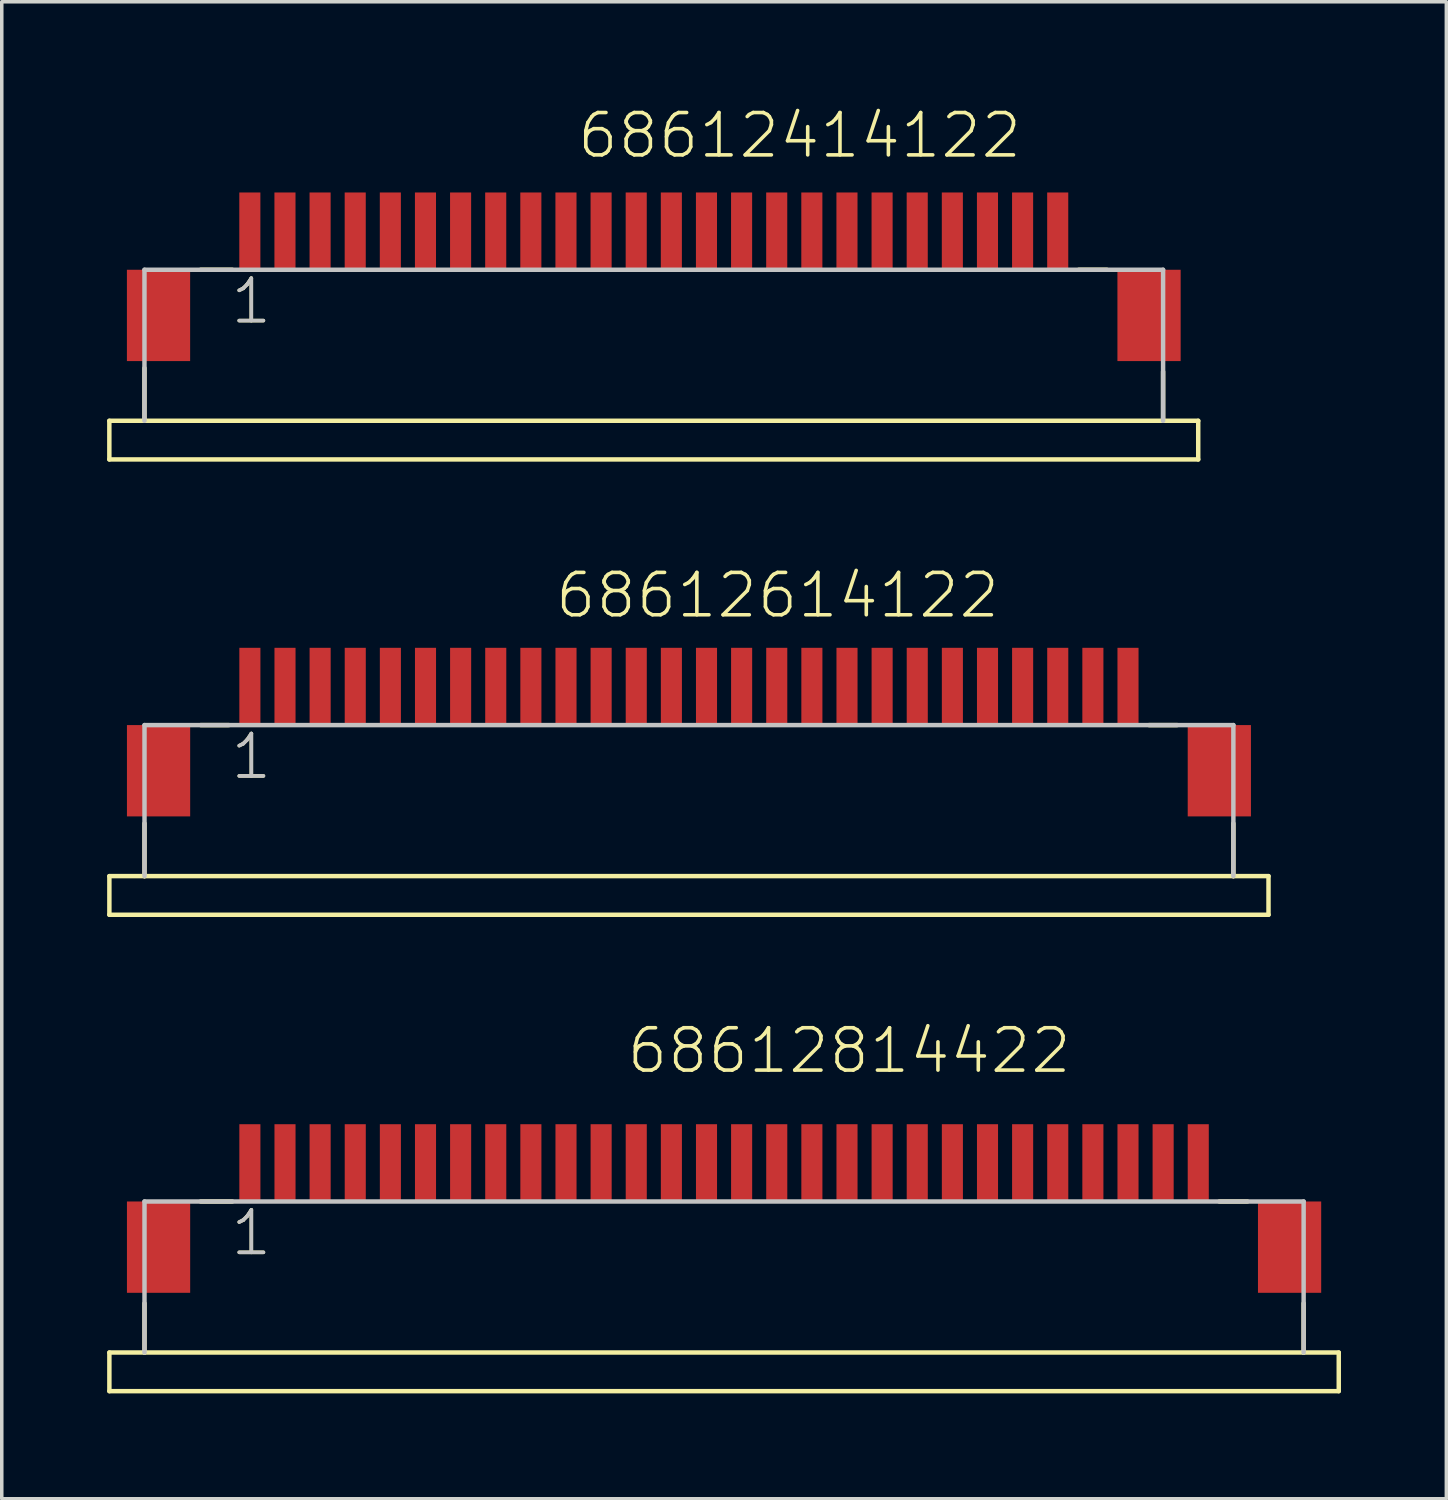
<source format=kicad_pcb>
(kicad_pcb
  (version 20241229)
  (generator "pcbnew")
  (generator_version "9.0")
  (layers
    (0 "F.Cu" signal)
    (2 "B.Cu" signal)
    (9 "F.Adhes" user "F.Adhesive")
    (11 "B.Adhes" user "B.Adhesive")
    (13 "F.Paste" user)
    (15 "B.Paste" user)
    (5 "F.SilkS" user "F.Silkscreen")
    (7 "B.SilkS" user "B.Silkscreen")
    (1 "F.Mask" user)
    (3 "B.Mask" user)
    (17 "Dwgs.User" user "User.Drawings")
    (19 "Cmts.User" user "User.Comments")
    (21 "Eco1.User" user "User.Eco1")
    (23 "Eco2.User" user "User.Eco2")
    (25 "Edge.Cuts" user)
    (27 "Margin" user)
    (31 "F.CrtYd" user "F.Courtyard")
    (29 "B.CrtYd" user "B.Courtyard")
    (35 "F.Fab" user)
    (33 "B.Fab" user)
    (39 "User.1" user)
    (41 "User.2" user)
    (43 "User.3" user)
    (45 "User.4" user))
  (footprint "68612614122"
    (layer "F.Cu")
    (at 16.564 18.893)
    (property "Reference" "68612614122" (at -3.862 -4.288 0) (layer "F.SilkS") (effects (font (size 1.206 1.206) (thickness 0.102)) (justify left bottom)))
    (attr through_hole)
    (fp_line (start -16.5 3) (end -15.5 3) (stroke (width 0.127) (type solid)) (layer "F.SilkS"))
    (fp_line (start -16.5 4.1) (end -16.5 3) (stroke (width 0.127) (type solid)) (layer "F.SilkS"))
    (fp_line (start -15.5 1.5) (end -15.5 3) (stroke (width 0.127) (type solid)) (layer "F.SilkS"))
    (fp_line (start -15.5 3) (end 15.5 3) (stroke (width 0.127) (type solid)) (layer "F.SilkS"))
    (fp_line (start -13.9 -1.3) (end -13.1 -1.3) (stroke (width 0.127) (type solid)) (layer "F.SilkS"))
    (fp_line (start 13.1 -1.3) (end 13.9 -1.3) (stroke (width 0.127) (type solid)) (layer "F.SilkS"))
    (fp_line (start 15.5 1.5) (end 15.5 3) (stroke (width 0.127) (type solid)) (layer "F.SilkS"))
    (fp_line (start 15.5 3) (end 16.5 3) (stroke (width 0.127) (type solid)) (layer "F.SilkS"))
    (fp_line (start 16.5 3) (end 16.5 4.1) (stroke (width 0.127) (type solid)) (layer "F.SilkS"))
    (fp_line (start 16.5 4.1) (end -16.5 4.1) (stroke (width 0.127) (type solid)) (layer "F.SilkS"))
    (fp_line (start -15.5 -1.3) (end 15.5 -1.3) (stroke (width 0.127) (type solid)) (layer "Dwgs.User"))
    (fp_line (start -15.5 3) (end -15.5 -1.3) (stroke (width 0.127) (type solid)) (layer "Dwgs.User"))
    (fp_line (start 15.5 -1.3) (end 15.5 3) (stroke (width 0.127) (type solid)) (layer "Dwgs.User"))
    (fp_text user "1" (at -13.1 0.3 0) (layer "F.SilkS") (effects (font (size 1.206 1.206) (thickness 0.102)) (justify left bottom)))
    (fp_text user "1" (at -13.1 0.3 0) (layer "Dwgs.User") (effects (font (size 1.206 1.206) (thickness 0.102)) (justify left bottom)))
    (pad "1" smd rect (at -12.5 -2.4) (size 0.6 2.2) (layers "F.Cu" "F.Mask" "F.Paste"))
    (pad "2" smd rect (at -11.5 -2.4) (size 0.6 2.2) (layers "F.Cu" "F.Mask" "F.Paste"))
    (pad "3" smd rect (at -10.5 -2.4) (size 0.6 2.2) (layers "F.Cu" "F.Mask" "F.Paste"))
    (pad "4" smd rect (at -9.5 -2.4) (size 0.6 2.2) (layers "F.Cu" "F.Mask" "F.Paste"))
    (pad "5" smd rect (at -8.5 -2.4) (size 0.6 2.2) (layers "F.Cu" "F.Mask" "F.Paste"))
    (pad "6" smd rect (at -7.5 -2.4) (size 0.6 2.2) (layers "F.Cu" "F.Mask" "F.Paste"))
    (pad "7" smd rect (at -6.5 -2.4) (size 0.6 2.2) (layers "F.Cu" "F.Mask" "F.Paste"))
    (pad "8" smd rect (at -5.5 -2.4) (size 0.6 2.2) (layers "F.Cu" "F.Mask" "F.Paste"))
    (pad "9" smd rect (at -4.5 -2.4) (size 0.6 2.2) (layers "F.Cu" "F.Mask" "F.Paste"))
    (pad "10" smd rect (at -3.5 -2.4) (size 0.6 2.2) (layers "F.Cu" "F.Mask" "F.Paste"))
    (pad "11" smd rect (at -2.5 -2.4) (size 0.6 2.2) (layers "F.Cu" "F.Mask" "F.Paste"))
    (pad "12" smd rect (at -1.5 -2.4) (size 0.6 2.2) (layers "F.Cu" "F.Mask" "F.Paste"))
    (pad "13" smd rect (at -0.5 -2.4) (size 0.6 2.2) (layers "F.Cu" "F.Mask" "F.Paste"))
    (pad "14" smd rect (at 0.5 -2.4) (size 0.6 2.2) (layers "F.Cu" "F.Mask" "F.Paste"))
    (pad "15" smd rect (at 1.5 -2.4) (size 0.6 2.2) (layers "F.Cu" "F.Mask" "F.Paste"))
    (pad "16" smd rect (at 2.5 -2.4) (size 0.6 2.2) (layers "F.Cu" "F.Mask" "F.Paste"))
    (pad "17" smd rect (at 3.5 -2.4) (size 0.6 2.2) (layers "F.Cu" "F.Mask" "F.Paste"))
    (pad "18" smd rect (at 4.5 -2.4) (size 0.6 2.2) (layers "F.Cu" "F.Mask" "F.Paste"))
    (pad "19" smd rect (at 5.5 -2.4) (size 0.6 2.2) (layers "F.Cu" "F.Mask" "F.Paste"))
    (pad "20" smd rect (at 6.5 -2.4) (size 0.6 2.2) (layers "F.Cu" "F.Mask" "F.Paste"))
    (pad "21" smd rect (at 7.5 -2.4) (size 0.6 2.2) (layers "F.Cu" "F.Mask" "F.Paste"))
    (pad "22" smd rect (at 8.5 -2.4) (size 0.6 2.2) (layers "F.Cu" "F.Mask" "F.Paste"))
    (pad "23" smd rect (at 9.5 -2.4) (size 0.6 2.2) (layers "F.Cu" "F.Mask" "F.Paste"))
    (pad "24" smd rect (at 10.5 -2.4) (size 0.6 2.2) (layers "F.Cu" "F.Mask" "F.Paste"))
    (pad "25" smd rect (at 11.5 -2.4) (size 0.6 2.2) (layers "F.Cu" "F.Mask" "F.Paste"))
    (pad "26" smd rect (at 12.5 -2.4) (size 0.6 2.2) (layers "F.Cu" "F.Mask" "F.Paste"))
    (pad "Z1" smd rect (at -15.1 0) (size 1.8 2.6) (layers "F.Cu" "F.Mask" "F.Paste"))
    (pad "Z2" smd rect (at 15.1 0) (size 1.8 2.6) (layers "F.Cu" "F.Mask" "F.Paste")))
  (footprint "68612814422"
    (layer "F.Cu")
    (at 17.564 32.456)
    (property "Reference" "68612814422" (at -2.822 -4.888 0) (layer "F.SilkS") (effects (font (size 1.206 1.206) (thickness 0.102)) (justify left bottom)))
    (attr through_hole)
    (fp_line (start -17.5 3) (end -16.5 3) (stroke (width 0.127) (type solid)) (layer "F.SilkS"))
    (fp_line (start -17.5 4.1) (end -17.5 3) (stroke (width 0.127) (type solid)) (layer "F.SilkS"))
    (fp_line (start -16.5 1.6) (end -16.5 3) (stroke (width 0.127) (type solid)) (layer "F.SilkS"))
    (fp_line (start -16.5 3) (end 16.5 3) (stroke (width 0.127) (type solid)) (layer "F.SilkS"))
    (fp_line (start -14.9 -1.3) (end -14 -1.3) (stroke (width 0.127) (type solid)) (layer "F.SilkS"))
    (fp_line (start 14.1 -1.3) (end 14.9 -1.3) (stroke (width 0.127) (type solid)) (layer "F.SilkS"))
    (fp_line (start 16.5 1.6) (end 16.5 3) (stroke (width 0.127) (type solid)) (layer "F.SilkS"))
    (fp_line (start 16.5 3) (end 17.5 3) (stroke (width 0.127) (type solid)) (layer "F.SilkS"))
    (fp_line (start 17.5 3) (end 17.5 4.1) (stroke (width 0.127) (type solid)) (layer "F.SilkS"))
    (fp_line (start 17.5 4.1) (end -17.5 4.1) (stroke (width 0.127) (type solid)) (layer "F.SilkS"))
    (fp_line (start -16.5 -1.3) (end 16.5 -1.3) (stroke (width 0.127) (type solid)) (layer "Dwgs.User"))
    (fp_line (start -16.5 3) (end -16.5 -1.3) (stroke (width 0.127) (type solid)) (layer "Dwgs.User"))
    (fp_line (start 16.5 -1.3) (end 16.5 3) (stroke (width 0.127) (type solid)) (layer "Dwgs.User"))
    (fp_text user "1" (at -14.1 0.3 0) (layer "F.SilkS") (effects (font (size 1.206 1.206) (thickness 0.102)) (justify left bottom)))
    (fp_text user "1" (at -14.1 0.3 0) (layer "Dwgs.User") (effects (font (size 1.206 1.206) (thickness 0.102)) (justify left bottom)))
    (pad "1" smd rect (at -13.5 -2.4) (size 0.6 2.2) (layers "F.Cu" "F.Mask" "F.Paste"))
    (pad "2" smd rect (at -12.5 -2.4) (size 0.6 2.2) (layers "F.Cu" "F.Mask" "F.Paste"))
    (pad "3" smd rect (at -11.5 -2.4) (size 0.6 2.2) (layers "F.Cu" "F.Mask" "F.Paste"))
    (pad "4" smd rect (at -10.5 -2.4) (size 0.6 2.2) (layers "F.Cu" "F.Mask" "F.Paste"))
    (pad "5" smd rect (at -9.5 -2.4) (size 0.6 2.2) (layers "F.Cu" "F.Mask" "F.Paste"))
    (pad "6" smd rect (at -8.5 -2.4) (size 0.6 2.2) (layers "F.Cu" "F.Mask" "F.Paste"))
    (pad "7" smd rect (at -7.5 -2.4) (size 0.6 2.2) (layers "F.Cu" "F.Mask" "F.Paste"))
    (pad "8" smd rect (at -6.5 -2.4) (size 0.6 2.2) (layers "F.Cu" "F.Mask" "F.Paste"))
    (pad "9" smd rect (at -5.5 -2.4) (size 0.6 2.2) (layers "F.Cu" "F.Mask" "F.Paste"))
    (pad "10" smd rect (at -4.5 -2.4) (size 0.6 2.2) (layers "F.Cu" "F.Mask" "F.Paste"))
    (pad "11" smd rect (at -3.5 -2.4) (size 0.6 2.2) (layers "F.Cu" "F.Mask" "F.Paste"))
    (pad "12" smd rect (at -2.5 -2.4) (size 0.6 2.2) (layers "F.Cu" "F.Mask" "F.Paste"))
    (pad "13" smd rect (at -1.5 -2.4) (size 0.6 2.2) (layers "F.Cu" "F.Mask" "F.Paste"))
    (pad "14" smd rect (at -0.5 -2.4) (size 0.6 2.2) (layers "F.Cu" "F.Mask" "F.Paste"))
    (pad "15" smd rect (at 0.5 -2.4) (size 0.6 2.2) (layers "F.Cu" "F.Mask" "F.Paste"))
    (pad "16" smd rect (at 1.5 -2.4) (size 0.6 2.2) (layers "F.Cu" "F.Mask" "F.Paste"))
    (pad "17" smd rect (at 2.5 -2.4) (size 0.6 2.2) (layers "F.Cu" "F.Mask" "F.Paste"))
    (pad "18" smd rect (at 3.5 -2.4) (size 0.6 2.2) (layers "F.Cu" "F.Mask" "F.Paste"))
    (pad "19" smd rect (at 4.5 -2.4) (size 0.6 2.2) (layers "F.Cu" "F.Mask" "F.Paste"))
    (pad "20" smd rect (at 5.5 -2.4) (size 0.6 2.2) (layers "F.Cu" "F.Mask" "F.Paste"))
    (pad "21" smd rect (at 6.5 -2.4) (size 0.6 2.2) (layers "F.Cu" "F.Mask" "F.Paste"))
    (pad "22" smd rect (at 7.5 -2.4) (size 0.6 2.2) (layers "F.Cu" "F.Mask" "F.Paste"))
    (pad "23" smd rect (at 8.5 -2.4) (size 0.6 2.2) (layers "F.Cu" "F.Mask" "F.Paste"))
    (pad "24" smd rect (at 9.5 -2.4) (size 0.6 2.2) (layers "F.Cu" "F.Mask" "F.Paste"))
    (pad "25" smd rect (at 10.5 -2.4) (size 0.6 2.2) (layers "F.Cu" "F.Mask" "F.Paste"))
    (pad "26" smd rect (at 11.5 -2.4) (size 0.6 2.2) (layers "F.Cu" "F.Mask" "F.Paste"))
    (pad "27" smd rect (at 12.5 -2.4) (size 0.6 2.2) (layers "F.Cu" "F.Mask" "F.Paste"))
    (pad "28" smd rect (at 13.5 -2.4) (size 0.6 2.2) (layers "F.Cu" "F.Mask" "F.Paste"))
    (pad "Z1" smd rect (at -16.1 0) (size 1.8 2.6) (layers "F.Cu" "F.Mask" "F.Paste"))
    (pad "Z2" smd rect (at 16.1 0) (size 1.8 2.6) (layers "F.Cu" "F.Mask" "F.Paste")))
  (footprint "68612414122"
    (layer "F.Cu")
    (at 15.563 5.93)
    (property "Reference" "68612414122" (at -2.232 -4.418 0) (layer "F.SilkS") (effects (font (size 1.206 1.206) (thickness 0.102)) (justify left bottom)))
    (attr through_hole)
    (fp_line (start -15.5 3) (end -14.5 3) (stroke (width 0.127) (type solid)) (layer "F.SilkS"))
    (fp_line (start -15.5 4.1) (end -15.5 3) (stroke (width 0.127) (type solid)) (layer "F.SilkS"))
    (fp_line (start -14.5 1.5) (end -14.5 3) (stroke (width 0.127) (type solid)) (layer "F.SilkS"))
    (fp_line (start -14.5 3) (end 14.5 3) (stroke (width 0.127) (type solid)) (layer "F.SilkS"))
    (fp_line (start -12.9 -1.3) (end -12 -1.3) (stroke (width 0.127) (type solid)) (layer "F.SilkS"))
    (fp_line (start 12.1 -1.3) (end 12.9 -1.3) (stroke (width 0.127) (type solid)) (layer "F.SilkS"))
    (fp_line (start 14.5 1.6) (end 14.5 3) (stroke (width 0.127) (type solid)) (layer "F.SilkS"))
    (fp_line (start 14.5 3) (end 15.5 3) (stroke (width 0.127) (type solid)) (layer "F.SilkS"))
    (fp_line (start 15.5 3) (end 15.5 4.1) (stroke (width 0.127) (type solid)) (layer "F.SilkS"))
    (fp_line (start 15.5 4.1) (end -15.5 4.1) (stroke (width 0.127) (type solid)) (layer "F.SilkS"))
    (fp_line (start -14.5 -1.3) (end 14.5 -1.3) (stroke (width 0.127) (type solid)) (layer "Dwgs.User"))
    (fp_line (start -14.5 3) (end -14.5 -1.3) (stroke (width 0.127) (type solid)) (layer "Dwgs.User"))
    (fp_line (start 14.5 -1.3) (end 14.5 3) (stroke (width 0.127) (type solid)) (layer "Dwgs.User"))
    (fp_text user "1" (at -12.1 0.3 0) (layer "F.SilkS") (effects (font (size 1.206 1.206) (thickness 0.102)) (justify left bottom)))
    (fp_text user "1" (at -12.1 0.3 0) (layer "Dwgs.User") (effects (font (size 1.206 1.206) (thickness 0.102)) (justify left bottom)))
    (pad "1" smd rect (at -11.5 -2.4) (size 0.6 2.2) (layers "F.Cu" "F.Mask" "F.Paste"))
    (pad "2" smd rect (at -10.5 -2.4) (size 0.6 2.2) (layers "F.Cu" "F.Mask" "F.Paste"))
    (pad "3" smd rect (at -9.5 -2.4) (size 0.6 2.2) (layers "F.Cu" "F.Mask" "F.Paste"))
    (pad "4" smd rect (at -8.5 -2.4) (size 0.6 2.2) (layers "F.Cu" "F.Mask" "F.Paste"))
    (pad "5" smd rect (at -7.5 -2.4) (size 0.6 2.2) (layers "F.Cu" "F.Mask" "F.Paste"))
    (pad "6" smd rect (at -6.5 -2.4) (size 0.6 2.2) (layers "F.Cu" "F.Mask" "F.Paste"))
    (pad "7" smd rect (at -5.5 -2.4) (size 0.6 2.2) (layers "F.Cu" "F.Mask" "F.Paste"))
    (pad "8" smd rect (at -4.5 -2.4) (size 0.6 2.2) (layers "F.Cu" "F.Mask" "F.Paste"))
    (pad "9" smd rect (at -3.5 -2.4) (size 0.6 2.2) (layers "F.Cu" "F.Mask" "F.Paste"))
    (pad "10" smd rect (at -2.5 -2.4) (size 0.6 2.2) (layers "F.Cu" "F.Mask" "F.Paste"))
    (pad "11" smd rect (at -1.5 -2.4) (size 0.6 2.2) (layers "F.Cu" "F.Mask" "F.Paste"))
    (pad "12" smd rect (at -0.5 -2.4) (size 0.6 2.2) (layers "F.Cu" "F.Mask" "F.Paste"))
    (pad "13" smd rect (at 0.5 -2.4) (size 0.6 2.2) (layers "F.Cu" "F.Mask" "F.Paste"))
    (pad "14" smd rect (at 1.5 -2.4) (size 0.6 2.2) (layers "F.Cu" "F.Mask" "F.Paste"))
    (pad "15" smd rect (at 2.5 -2.4) (size 0.6 2.2) (layers "F.Cu" "F.Mask" "F.Paste"))
    (pad "16" smd rect (at 3.5 -2.4) (size 0.6 2.2) (layers "F.Cu" "F.Mask" "F.Paste"))
    (pad "17" smd rect (at 4.5 -2.4) (size 0.6 2.2) (layers "F.Cu" "F.Mask" "F.Paste"))
    (pad "18" smd rect (at 5.5 -2.4) (size 0.6 2.2) (layers "F.Cu" "F.Mask" "F.Paste"))
    (pad "19" smd rect (at 6.5 -2.4) (size 0.6 2.2) (layers "F.Cu" "F.Mask" "F.Paste"))
    (pad "20" smd rect (at 7.5 -2.4) (size 0.6 2.2) (layers "F.Cu" "F.Mask" "F.Paste"))
    (pad "21" smd rect (at 8.5 -2.4) (size 0.6 2.2) (layers "F.Cu" "F.Mask" "F.Paste"))
    (pad "22" smd rect (at 9.5 -2.4) (size 0.6 2.2) (layers "F.Cu" "F.Mask" "F.Paste"))
    (pad "23" smd rect (at 10.5 -2.4) (size 0.6 2.2) (layers "F.Cu" "F.Mask" "F.Paste"))
    (pad "24" smd rect (at 11.5 -2.4) (size 0.6 2.2) (layers "F.Cu" "F.Mask" "F.Paste"))
    (pad "Z1" smd rect (at -14.1 0) (size 1.8 2.6) (layers "F.Cu" "F.Mask" "F.Paste"))
    (pad "Z2" smd rect (at 14.1 0) (size 1.8 2.6) (layers "F.Cu" "F.Mask" "F.Paste")))
  (gr_rect
    (start -3 -3)
    (end 38.127 39.62)
    (stroke (width 0.1) (type default))
    (fill no)
    (layer "Edge.Cuts")))
</source>
